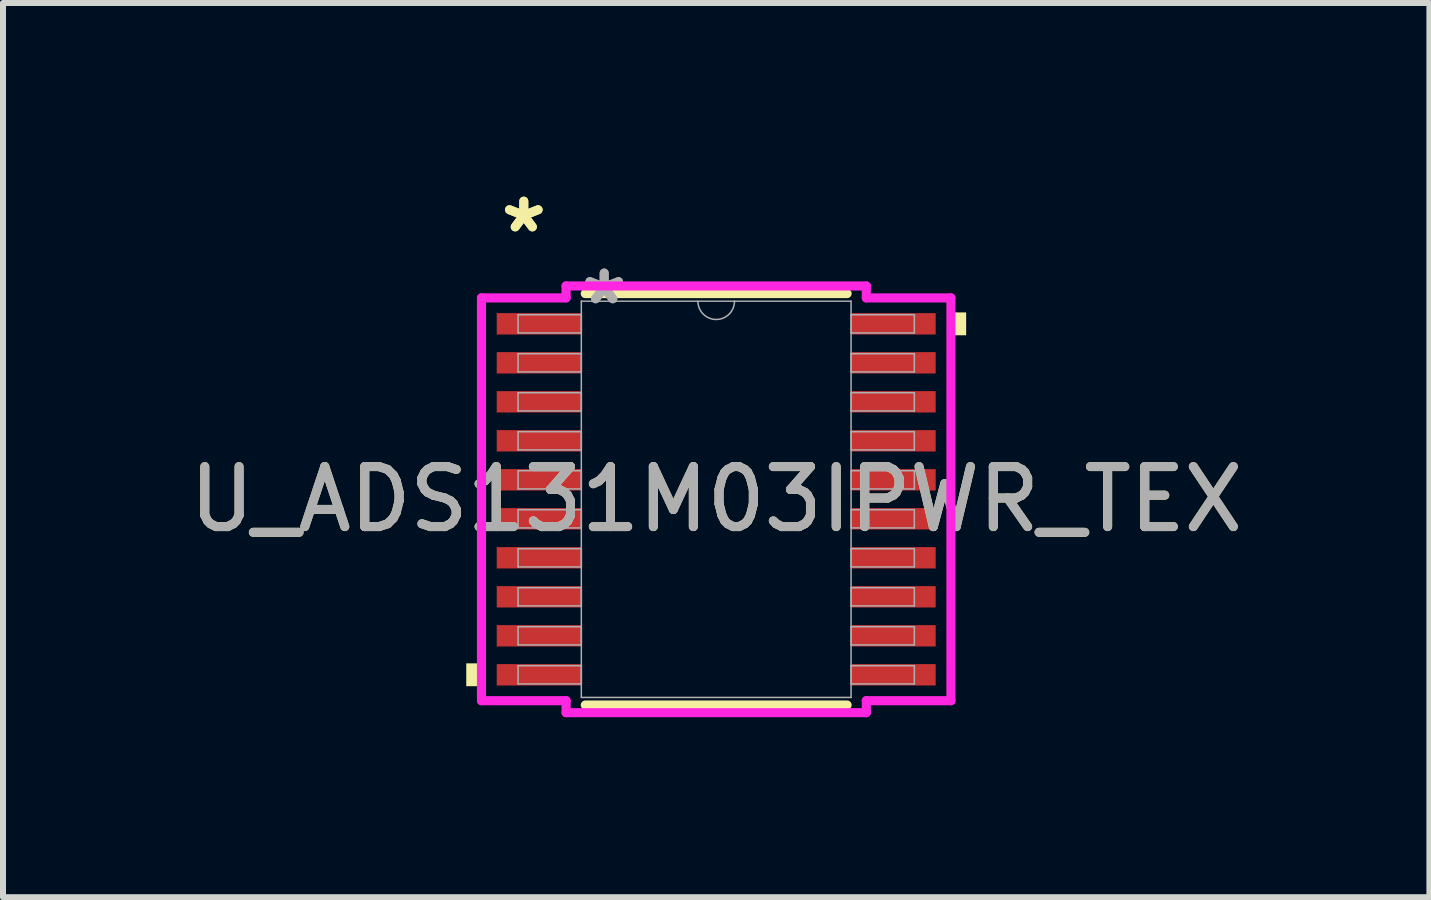
<source format=kicad_pcb>
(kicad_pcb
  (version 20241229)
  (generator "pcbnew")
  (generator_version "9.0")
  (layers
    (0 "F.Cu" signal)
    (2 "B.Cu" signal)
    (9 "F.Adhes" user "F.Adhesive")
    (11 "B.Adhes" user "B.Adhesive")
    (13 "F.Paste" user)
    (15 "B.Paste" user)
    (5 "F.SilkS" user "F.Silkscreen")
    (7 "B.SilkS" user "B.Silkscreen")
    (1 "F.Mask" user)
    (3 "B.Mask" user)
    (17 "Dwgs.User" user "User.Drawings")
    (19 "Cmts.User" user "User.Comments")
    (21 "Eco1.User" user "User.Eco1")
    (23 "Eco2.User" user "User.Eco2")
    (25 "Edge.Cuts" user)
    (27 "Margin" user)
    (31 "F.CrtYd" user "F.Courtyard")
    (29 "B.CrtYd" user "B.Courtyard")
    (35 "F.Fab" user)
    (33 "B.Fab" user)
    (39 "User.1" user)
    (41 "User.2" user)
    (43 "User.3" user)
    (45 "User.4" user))
  (footprint "U_ADS131M03IPWR_TEX"
    (layer "F.Cu")
    (at 8.887 5.272)
    (property "Reference" "U_ADS131M03IPWR_TEX" (at 0 0 0) (unlocked yes) (layer "F.SilkS") (effects (font (size 1 1) (thickness 0.15))))
    (attr smd)
    (fp_line (start -2.182 3.429) (end 2.182 3.429) (stroke (width 0.152) (type solid)) (layer "F.SilkS"))
    (fp_line (start 2.182 -3.429) (end -2.182 -3.429) (stroke (width 0.152) (type solid)) (layer "F.SilkS"))
    (fp_poly (pts (xy -4.166 2.734) (xy -4.166 3.115) (xy -3.912 3.115) (xy -3.912 2.734)) (stroke (width 0) (type solid)) (fill yes) (layer "F.SilkS"))
    (fp_poly (pts (xy 4.166 -3.115) (xy 4.166 -2.734) (xy 3.912 -2.734) (xy 3.912 -3.115)) (stroke (width 0) (type solid)) (fill yes) (layer "F.SilkS"))
    (fp_line (start -3.912 -3.357) (end -2.502 -3.357) (stroke (width 0.152) (type solid)) (layer "F.CrtYd"))
    (fp_line (start -3.912 3.357) (end -3.912 -3.357) (stroke (width 0.152) (type solid)) (layer "F.CrtYd"))
    (fp_line (start -3.912 3.357) (end -2.502 3.357) (stroke (width 0.152) (type solid)) (layer "F.CrtYd"))
    (fp_line (start -2.502 -3.556) (end 2.502 -3.556) (stroke (width 0.152) (type solid)) (layer "F.CrtYd"))
    (fp_line (start -2.502 -3.357) (end -2.502 -3.556) (stroke (width 0.152) (type solid)) (layer "F.CrtYd"))
    (fp_line (start -2.502 3.556) (end -2.502 3.357) (stroke (width 0.152) (type solid)) (layer "F.CrtYd"))
    (fp_line (start 2.502 -3.556) (end 2.502 -3.357) (stroke (width 0.152) (type solid)) (layer "F.CrtYd"))
    (fp_line (start 2.502 3.357) (end 2.502 3.556) (stroke (width 0.152) (type solid)) (layer "F.CrtYd"))
    (fp_line (start 2.502 3.556) (end -2.502 3.556) (stroke (width 0.152) (type solid)) (layer "F.CrtYd"))
    (fp_line (start 3.912 -3.357) (end 2.502 -3.357) (stroke (width 0.152) (type solid)) (layer "F.CrtYd"))
    (fp_line (start 3.912 -3.357) (end 3.912 3.357) (stroke (width 0.152) (type solid)) (layer "F.CrtYd"))
    (fp_line (start 3.912 3.357) (end 2.502 3.357) (stroke (width 0.152) (type solid)) (layer "F.CrtYd"))
    (fp_line (start -3.302 -3.077) (end -3.302 -2.773) (stroke (width 0.025) (type solid)) (layer "F.Fab"))
    (fp_line (start -3.302 -2.773) (end -2.248 -2.773) (stroke (width 0.025) (type solid)) (layer "F.Fab"))
    (fp_line (start -3.302 -2.427) (end -3.302 -2.123) (stroke (width 0.025) (type solid)) (layer "F.Fab"))
    (fp_line (start -3.302 -2.123) (end -2.248 -2.123) (stroke (width 0.025) (type solid)) (layer "F.Fab"))
    (fp_line (start -3.302 -1.777) (end -3.302 -1.473) (stroke (width 0.025) (type solid)) (layer "F.Fab"))
    (fp_line (start -3.302 -1.473) (end -2.248 -1.473) (stroke (width 0.025) (type solid)) (layer "F.Fab"))
    (fp_line (start -3.302 -1.127) (end -3.302 -0.823) (stroke (width 0.025) (type solid)) (layer "F.Fab"))
    (fp_line (start -3.302 -0.823) (end -2.248 -0.823) (stroke (width 0.025) (type solid)) (layer "F.Fab"))
    (fp_line (start -3.302 -0.477) (end -3.302 -0.173) (stroke (width 0.025) (type solid)) (layer "F.Fab"))
    (fp_line (start -3.302 -0.173) (end -2.248 -0.173) (stroke (width 0.025) (type solid)) (layer "F.Fab"))
    (fp_line (start -3.302 0.173) (end -3.302 0.477) (stroke (width 0.025) (type solid)) (layer "F.Fab"))
    (fp_line (start -3.302 0.477) (end -2.248 0.477) (stroke (width 0.025) (type solid)) (layer "F.Fab"))
    (fp_line (start -3.302 0.823) (end -3.302 1.127) (stroke (width 0.025) (type solid)) (layer "F.Fab"))
    (fp_line (start -3.302 1.127) (end -2.248 1.127) (stroke (width 0.025) (type solid)) (layer "F.Fab"))
    (fp_line (start -3.302 1.473) (end -3.302 1.777) (stroke (width 0.025) (type solid)) (layer "F.Fab"))
    (fp_line (start -3.302 1.777) (end -2.248 1.777) (stroke (width 0.025) (type solid)) (layer "F.Fab"))
    (fp_line (start -3.302 2.123) (end -3.302 2.427) (stroke (width 0.025) (type solid)) (layer "F.Fab"))
    (fp_line (start -3.302 2.427) (end -2.248 2.427) (stroke (width 0.025) (type solid)) (layer "F.Fab"))
    (fp_line (start -3.302 2.773) (end -3.302 3.077) (stroke (width 0.025) (type solid)) (layer "F.Fab"))
    (fp_line (start -3.302 3.077) (end -2.248 3.077) (stroke (width 0.025) (type solid)) (layer "F.Fab"))
    (fp_line (start -2.248 -3.302) (end -2.248 3.302) (stroke (width 0.025) (type solid)) (layer "F.Fab"))
    (fp_line (start -2.248 -3.077) (end -3.302 -3.077) (stroke (width 0.025) (type solid)) (layer "F.Fab"))
    (fp_line (start -2.248 -2.773) (end -2.248 -3.077) (stroke (width 0.025) (type solid)) (layer "F.Fab"))
    (fp_line (start -2.248 -2.427) (end -3.302 -2.427) (stroke (width 0.025) (type solid)) (layer "F.Fab"))
    (fp_line (start -2.248 -2.123) (end -2.248 -2.427) (stroke (width 0.025) (type solid)) (layer "F.Fab"))
    (fp_line (start -2.248 -1.777) (end -3.302 -1.777) (stroke (width 0.025) (type solid)) (layer "F.Fab"))
    (fp_line (start -2.248 -1.473) (end -2.248 -1.777) (stroke (width 0.025) (type solid)) (layer "F.Fab"))
    (fp_line (start -2.248 -1.127) (end -3.302 -1.127) (stroke (width 0.025) (type solid)) (layer "F.Fab"))
    (fp_line (start -2.248 -0.823) (end -2.248 -1.127) (stroke (width 0.025) (type solid)) (layer "F.Fab"))
    (fp_line (start -2.248 -0.477) (end -3.302 -0.477) (stroke (width 0.025) (type solid)) (layer "F.Fab"))
    (fp_line (start -2.248 -0.173) (end -2.248 -0.477) (stroke (width 0.025) (type solid)) (layer "F.Fab"))
    (fp_line (start -2.248 0.173) (end -3.302 0.173) (stroke (width 0.025) (type solid)) (layer "F.Fab"))
    (fp_line (start -2.248 0.477) (end -2.248 0.173) (stroke (width 0.025) (type solid)) (layer "F.Fab"))
    (fp_line (start -2.248 0.823) (end -3.302 0.823) (stroke (width 0.025) (type solid)) (layer "F.Fab"))
    (fp_line (start -2.248 1.127) (end -2.248 0.823) (stroke (width 0.025) (type solid)) (layer "F.Fab"))
    (fp_line (start -2.248 1.473) (end -3.302 1.473) (stroke (width 0.025) (type solid)) (layer "F.Fab"))
    (fp_line (start -2.248 1.777) (end -2.248 1.473) (stroke (width 0.025) (type solid)) (layer "F.Fab"))
    (fp_line (start -2.248 2.123) (end -3.302 2.123) (stroke (width 0.025) (type solid)) (layer "F.Fab"))
    (fp_line (start -2.248 2.427) (end -2.248 2.123) (stroke (width 0.025) (type solid)) (layer "F.Fab"))
    (fp_line (start -2.248 2.773) (end -3.302 2.773) (stroke (width 0.025) (type solid)) (layer "F.Fab"))
    (fp_line (start -2.248 3.077) (end -2.248 2.773) (stroke (width 0.025) (type solid)) (layer "F.Fab"))
    (fp_line (start -2.248 3.302) (end 2.248 3.302) (stroke (width 0.025) (type solid)) (layer "F.Fab"))
    (fp_line (start 2.248 -3.302) (end -2.248 -3.302) (stroke (width 0.025) (type solid)) (layer "F.Fab"))
    (fp_line (start 2.248 -3.077) (end 2.248 -2.773) (stroke (width 0.025) (type solid)) (layer "F.Fab"))
    (fp_line (start 2.248 -2.773) (end 3.302 -2.773) (stroke (width 0.025) (type solid)) (layer "F.Fab"))
    (fp_line (start 2.248 -2.427) (end 2.248 -2.123) (stroke (width 0.025) (type solid)) (layer "F.Fab"))
    (fp_line (start 2.248 -2.123) (end 3.302 -2.123) (stroke (width 0.025) (type solid)) (layer "F.Fab"))
    (fp_line (start 2.248 -1.777) (end 2.248 -1.473) (stroke (width 0.025) (type solid)) (layer "F.Fab"))
    (fp_line (start 2.248 -1.473) (end 3.302 -1.473) (stroke (width 0.025) (type solid)) (layer "F.Fab"))
    (fp_line (start 2.248 -1.127) (end 2.248 -0.823) (stroke (width 0.025) (type solid)) (layer "F.Fab"))
    (fp_line (start 2.248 -0.823) (end 3.302 -0.823) (stroke (width 0.025) (type solid)) (layer "F.Fab"))
    (fp_line (start 2.248 -0.477) (end 2.248 -0.173) (stroke (width 0.025) (type solid)) (layer "F.Fab"))
    (fp_line (start 2.248 -0.173) (end 3.302 -0.173) (stroke (width 0.025) (type solid)) (layer "F.Fab"))
    (fp_line (start 2.248 0.173) (end 2.248 0.477) (stroke (width 0.025) (type solid)) (layer "F.Fab"))
    (fp_line (start 2.248 0.477) (end 3.302 0.477) (stroke (width 0.025) (type solid)) (layer "F.Fab"))
    (fp_line (start 2.248 0.823) (end 2.248 1.127) (stroke (width 0.025) (type solid)) (layer "F.Fab"))
    (fp_line (start 2.248 1.127) (end 3.302 1.127) (stroke (width 0.025) (type solid)) (layer "F.Fab"))
    (fp_line (start 2.248 1.473) (end 2.248 1.777) (stroke (width 0.025) (type solid)) (layer "F.Fab"))
    (fp_line (start 2.248 1.777) (end 3.302 1.777) (stroke (width 0.025) (type solid)) (layer "F.Fab"))
    (fp_line (start 2.248 2.123) (end 2.248 2.427) (stroke (width 0.025) (type solid)) (layer "F.Fab"))
    (fp_line (start 2.248 2.427) (end 3.302 2.427) (stroke (width 0.025) (type solid)) (layer "F.Fab"))
    (fp_line (start 2.248 2.773) (end 2.248 3.077) (stroke (width 0.025) (type solid)) (layer "F.Fab"))
    (fp_line (start 2.248 3.077) (end 3.302 3.077) (stroke (width 0.025) (type solid)) (layer "F.Fab"))
    (fp_line (start 2.248 3.302) (end 2.248 -3.302) (stroke (width 0.025) (type solid)) (layer "F.Fab"))
    (fp_line (start 3.302 -3.077) (end 2.248 -3.077) (stroke (width 0.025) (type solid)) (layer "F.Fab"))
    (fp_line (start 3.302 -2.773) (end 3.302 -3.077) (stroke (width 0.025) (type solid)) (layer "F.Fab"))
    (fp_line (start 3.302 -2.427) (end 2.248 -2.427) (stroke (width 0.025) (type solid)) (layer "F.Fab"))
    (fp_line (start 3.302 -2.123) (end 3.302 -2.427) (stroke (width 0.025) (type solid)) (layer "F.Fab"))
    (fp_line (start 3.302 -1.777) (end 2.248 -1.777) (stroke (width 0.025) (type solid)) (layer "F.Fab"))
    (fp_line (start 3.302 -1.473) (end 3.302 -1.777) (stroke (width 0.025) (type solid)) (layer "F.Fab"))
    (fp_line (start 3.302 -1.127) (end 2.248 -1.127) (stroke (width 0.025) (type solid)) (layer "F.Fab"))
    (fp_line (start 3.302 -0.823) (end 3.302 -1.127) (stroke (width 0.025) (type solid)) (layer "F.Fab"))
    (fp_line (start 3.302 -0.477) (end 2.248 -0.477) (stroke (width 0.025) (type solid)) (layer "F.Fab"))
    (fp_line (start 3.302 -0.173) (end 3.302 -0.477) (stroke (width 0.025) (type solid)) (layer "F.Fab"))
    (fp_line (start 3.302 0.173) (end 2.248 0.173) (stroke (width 0.025) (type solid)) (layer "F.Fab"))
    (fp_line (start 3.302 0.477) (end 3.302 0.173) (stroke (width 0.025) (type solid)) (layer "F.Fab"))
    (fp_line (start 3.302 0.823) (end 2.248 0.823) (stroke (width 0.025) (type solid)) (layer "F.Fab"))
    (fp_line (start 3.302 1.127) (end 3.302 0.823) (stroke (width 0.025) (type solid)) (layer "F.Fab"))
    (fp_line (start 3.302 1.473) (end 2.248 1.473) (stroke (width 0.025) (type solid)) (layer "F.Fab"))
    (fp_line (start 3.302 1.777) (end 3.302 1.473) (stroke (width 0.025) (type solid)) (layer "F.Fab"))
    (fp_line (start 3.302 2.123) (end 2.248 2.123) (stroke (width 0.025) (type solid)) (layer "F.Fab"))
    (fp_line (start 3.302 2.427) (end 3.302 2.123) (stroke (width 0.025) (type solid)) (layer "F.Fab"))
    (fp_line (start 3.302 2.773) (end 2.248 2.773) (stroke (width 0.025) (type solid)) (layer "F.Fab"))
    (fp_line (start 3.302 3.077) (end 3.302 2.773) (stroke (width 0.025) (type solid)) (layer "F.Fab"))
    (fp_arc (start 0.3048 -3.302) (mid 0 -2.9972) (end -0.3048 -3.302) (stroke (width 0.0254) (type solid)) (layer "F.Fab"))
    (fp_text user "*" (at -3.207 -4.424 0) (unlocked yes) (layer "F.SilkS") (effects (font (size 1 1) (thickness 0.15))))
    (fp_text user "*" (at -3.207 -4.424 0) (layer "F.SilkS") (effects (font (size 1 1) (thickness 0.15))))
    (fp_text user "*" (at -1.867 -3.226 0) (layer "F.Fab") (effects (font (size 1 1) (thickness 0.15))))
    (fp_text user "${REFERENCE}" (at 0 0 0) (unlocked yes) (layer "F.Fab") (effects (font (size 1 1) (thickness 0.15))))
    (fp_text user "*" (at -1.867 -3.226 0) (unlocked yes) (layer "F.Fab") (effects (font (size 1 1) (thickness 0.15))))
    (pad "1" smd rect (at -2.953 -2.925) (size 1.41 0.356) (layers "F.Cu" "F.Mask" "F.Paste"))
    (pad "2" smd rect (at -2.953 -2.275) (size 1.41 0.356) (layers "F.Cu" "F.Mask" "F.Paste"))
    (pad "3" smd rect (at -2.953 -1.625) (size 1.41 0.356) (layers "F.Cu" "F.Mask" "F.Paste"))
    (pad "4" smd rect (at -2.953 -0.975) (size 1.41 0.356) (layers "F.Cu" "F.Mask" "F.Paste"))
    (pad "5" smd rect (at -2.953 -0.325) (size 1.41 0.356) (layers "F.Cu" "F.Mask" "F.Paste"))
    (pad "6" smd rect (at -2.953 0.325) (size 1.41 0.356) (layers "F.Cu" "F.Mask" "F.Paste"))
    (pad "7" smd rect (at -2.953 0.975) (size 1.41 0.356) (layers "F.Cu" "F.Mask" "F.Paste"))
    (pad "8" smd rect (at -2.953 1.625) (size 1.41 0.356) (layers "F.Cu" "F.Mask" "F.Paste"))
    (pad "9" smd rect (at -2.953 2.275) (size 1.41 0.356) (layers "F.Cu" "F.Mask" "F.Paste"))
    (pad "10" smd rect (at -2.953 2.925) (size 1.41 0.356) (layers "F.Cu" "F.Mask" "F.Paste"))
    (pad "11" smd rect (at 2.953 2.925) (size 1.41 0.356) (layers "F.Cu" "F.Mask" "F.Paste"))
    (pad "12" smd rect (at 2.953 2.275) (size 1.41 0.356) (layers "F.Cu" "F.Mask" "F.Paste"))
    (pad "13" smd rect (at 2.953 1.625) (size 1.41 0.356) (layers "F.Cu" "F.Mask" "F.Paste"))
    (pad "14" smd rect (at 2.953 0.975) (size 1.41 0.356) (layers "F.Cu" "F.Mask" "F.Paste"))
    (pad "15" smd rect (at 2.953 0.325) (size 1.41 0.356) (layers "F.Cu" "F.Mask" "F.Paste"))
    (pad "16" smd rect (at 2.953 -0.325) (size 1.41 0.356) (layers "F.Cu" "F.Mask" "F.Paste"))
    (pad "17" smd rect (at 2.953 -0.975) (size 1.41 0.356) (layers "F.Cu" "F.Mask" "F.Paste"))
    (pad "18" smd rect (at 2.953 -1.625) (size 1.41 0.356) (layers "F.Cu" "F.Mask" "F.Paste"))
    (pad "19" smd rect (at 2.953 -2.275) (size 1.41 0.356) (layers "F.Cu" "F.Mask" "F.Paste"))
    (pad "20" smd rect (at 2.953 -2.925) (size 1.41 0.356) (layers "F.Cu" "F.Mask" "F.Paste")))
  (gr_rect
    (start -3 -3)
    (end 20.774 11.904)
    (stroke (width 0.1) (type default))
    (fill no)
    (layer "Edge.Cuts")))
</source>
